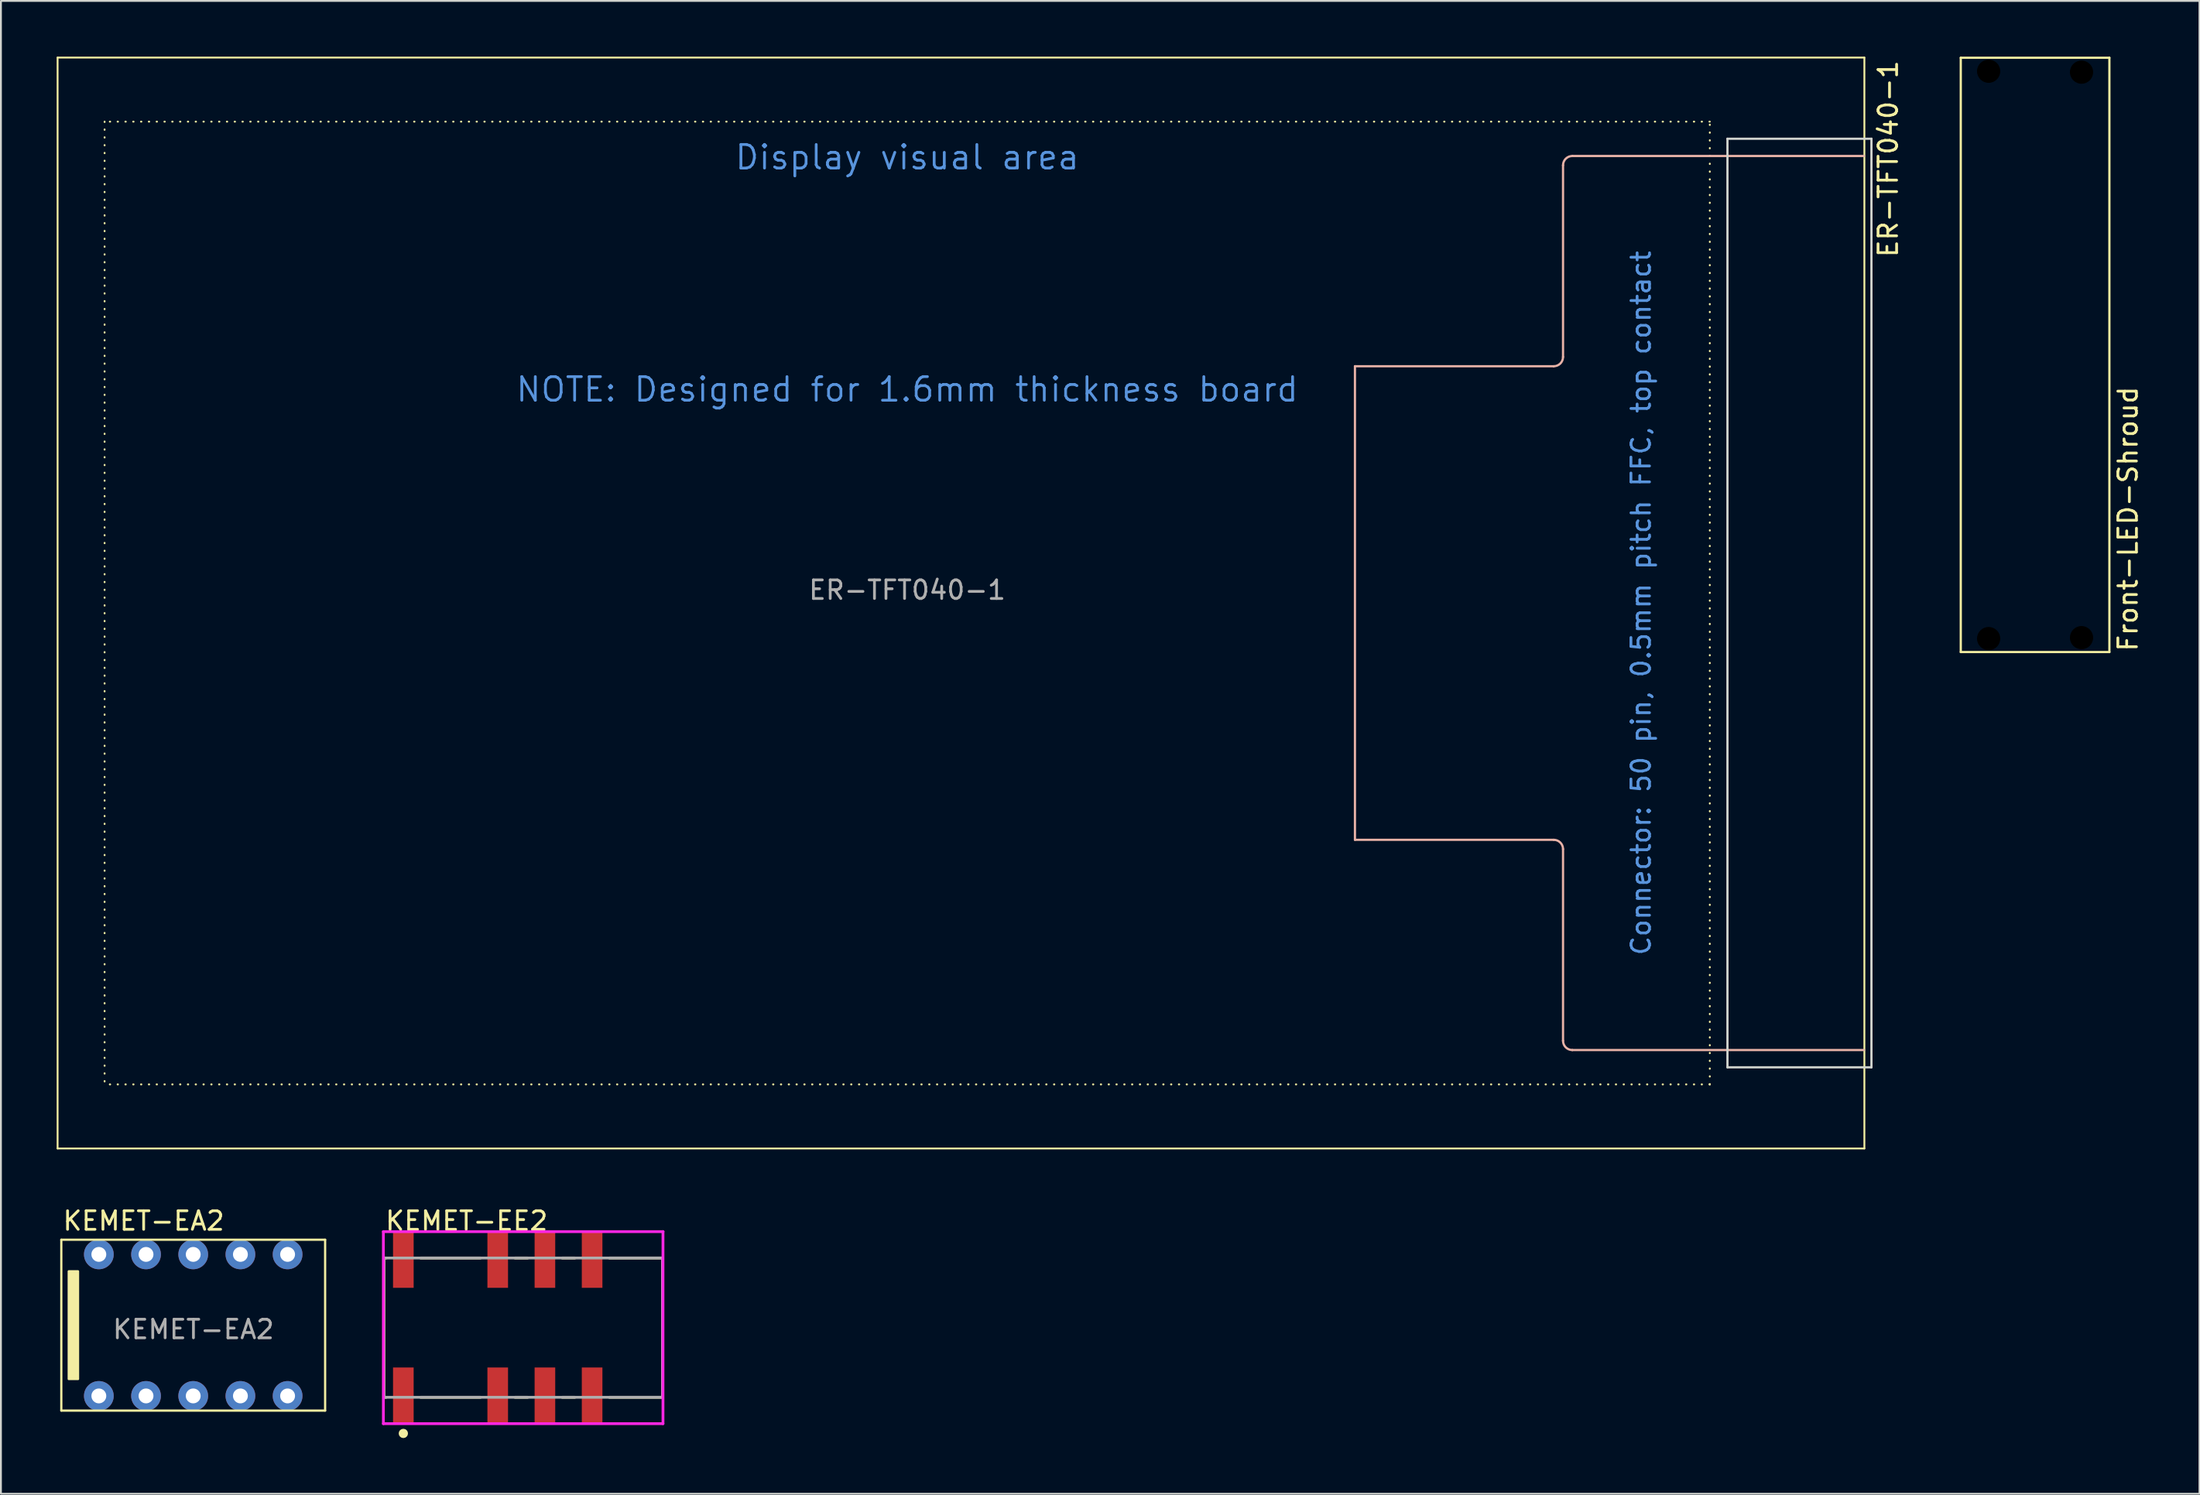
<source format=kicad_pcb>
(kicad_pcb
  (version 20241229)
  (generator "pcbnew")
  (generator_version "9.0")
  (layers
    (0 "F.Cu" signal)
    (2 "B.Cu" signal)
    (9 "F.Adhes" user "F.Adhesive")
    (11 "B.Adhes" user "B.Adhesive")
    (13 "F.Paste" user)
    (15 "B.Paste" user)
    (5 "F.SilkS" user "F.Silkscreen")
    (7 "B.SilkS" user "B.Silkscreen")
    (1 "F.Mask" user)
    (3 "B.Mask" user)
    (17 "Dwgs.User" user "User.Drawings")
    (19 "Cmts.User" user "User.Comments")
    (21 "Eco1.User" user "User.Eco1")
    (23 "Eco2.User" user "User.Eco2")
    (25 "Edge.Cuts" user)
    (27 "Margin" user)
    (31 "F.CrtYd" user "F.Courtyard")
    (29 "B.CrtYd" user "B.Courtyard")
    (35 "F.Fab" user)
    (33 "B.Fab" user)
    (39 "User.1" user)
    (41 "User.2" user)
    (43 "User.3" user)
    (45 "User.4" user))
  (footprint "Front-LED-Shroud"
    (layer "F.Cu")
    (at 106.488 16.06)
    (property "Reference" "Front-LED-Shroud" (at 5 16.05 90) (unlocked yes) (layer "F.SilkS") (effects (font (size 1 1) (thickness 0.15)) (justify left)))
    (attr board_only)
    (fp_line (start -4 -16) (end -4 16) (stroke (width 0.12) (type solid)) (layer "F.SilkS"))
    (fp_line (start -4 -16) (end 4 -16) (stroke (width 0.12) (type solid)) (layer "F.SilkS"))
    (fp_line (start -4 16) (end 4 16) (stroke (width 0.12) (type solid)) (layer "F.SilkS"))
    (fp_line (start 4 -16) (end 4 16) (stroke (width 0.12) (type solid)) (layer "F.SilkS"))
    (pad "" np_thru_hole circle (at -2.5 -15.275) (size 1.5 1.5) (drill 1.25) (layers "*.Mask"))
    (pad "" np_thru_hole circle (at -2.5 15.275) (size 1.5 1.5) (drill 1.25) (layers "*.Mask"))
    (pad "" np_thru_hole circle (at 2.5 -15.225) (size 1.5 1.5) (drill 1.25) (layers "*.Mask"))
    (pad "" np_thru_hole circle (at 2.5 15.225) (size 1.5 1.5) (drill 1.25) (layers "*.Mask")))
  (footprint "KEMET-EE2"
    (layer "F.Cu")
    (at 25.11 68.438)
    (property "Reference" "KEMET-EE2" (at -7.5 -5.75 0) (layer "F.SilkS") (effects (font (size 1 1) (thickness 0.15)) (justify left)))
    (attr through_hole)
    (fp_line (start -7.5 -3.75) (end -7.38 -3.75) (stroke (width 0.15) (type solid)) (layer "F.SilkS"))
    (fp_line (start -7.5 3.75) (end -7.5 -3.75) (stroke (width 0.15) (type solid)) (layer "F.SilkS"))
    (fp_line (start -7.5 3.75) (end -7.38 3.75) (stroke (width 0.15) (type solid)) (layer "F.SilkS"))
    (fp_line (start -5.52 -3.75) (end -2.3 -3.75) (stroke (width 0.15) (type solid)) (layer "F.SilkS"))
    (fp_line (start -5.52 3.75) (end -2.3 3.75) (stroke (width 0.15) (type solid)) (layer "F.SilkS"))
    (fp_line (start -0.44 -3.75) (end 0.24 -3.75) (stroke (width 0.15) (type solid)) (layer "F.SilkS"))
    (fp_line (start -0.44 3.75) (end 0.24 3.75) (stroke (width 0.15) (type solid)) (layer "F.SilkS"))
    (fp_line (start 2.1 -3.75) (end 2.78 -3.75) (stroke (width 0.15) (type solid)) (layer "F.SilkS"))
    (fp_line (start 2.1 3.75) (end 2.78 3.75) (stroke (width 0.15) (type solid)) (layer "F.SilkS"))
    (fp_line (start 4.64 -3.75) (end 7.5 -3.75) (stroke (width 0.15) (type solid)) (layer "F.SilkS"))
    (fp_line (start 4.64 3.75) (end 7.5 3.75) (stroke (width 0.15) (type solid)) (layer "F.SilkS"))
    (fp_line (start 7.5 3.75) (end 7.5 -3.75) (stroke (width 0.15) (type solid)) (layer "F.SilkS"))
    (fp_circle (center -6.45 5.695) (end -6.325 5.695) (stroke (width 0.25) (type solid)) (fill no) (layer "F.SilkS"))
    (fp_line (start -7.525 -5.17) (end -7.525 5.17) (stroke (width 0.15) (type solid)) (layer "F.CrtYd"))
    (fp_line (start -7.525 5.17) (end 7.525 5.17) (stroke (width 0.15) (type solid)) (layer "F.CrtYd"))
    (fp_line (start 7.525 -5.17) (end -7.525 -5.17) (stroke (width 0.15) (type solid)) (layer "F.CrtYd"))
    (fp_line (start 7.525 -5.17) (end 7.525 -5.17) (stroke (width 0.15) (type solid)) (layer "F.CrtYd"))
    (fp_line (start 7.525 5.17) (end 7.525 -5.17) (stroke (width 0.15) (type solid)) (layer "F.CrtYd"))
    (fp_line (start -7.5 -3.75) (end 7.5 -3.75) (stroke (width 0.15) (type solid)) (layer "F.Fab"))
    (fp_line (start -7.5 3.75) (end -7.5 -3.75) (stroke (width 0.15) (type solid)) (layer "F.Fab"))
    (fp_line (start 7.5 -3.75) (end 7.5 3.75) (stroke (width 0.15) (type solid)) (layer "F.Fab"))
    (fp_line (start 7.5 3.75) (end -7.5 3.75) (stroke (width 0.15) (type solid)) (layer "F.Fab"))
    (pad "1" smd rect (at -6.45 3.645) (size 1.11 3) (layers "F.Cu" "F.Mask" "F.Paste"))
    (pad "3" smd rect (at -1.37 3.645) (size 1.11 3) (layers "F.Cu" "F.Mask" "F.Paste"))
    (pad "4" smd rect (at 1.17 3.645) (size 1.11 3) (layers "F.Cu" "F.Mask" "F.Paste"))
    (pad "5" smd rect (at 3.71 3.645) (size 1.11 3) (layers "F.Cu" "F.Mask" "F.Paste"))
    (pad "8" smd rect (at 3.71 -3.645) (size 1.11 3) (layers "F.Cu" "F.Mask" "F.Paste"))
    (pad "9" smd rect (at 1.17 -3.645) (size 1.11 3) (layers "F.Cu" "F.Mask" "F.Paste"))
    (pad "10" smd rect (at -1.37 -3.645) (size 1.11 3) (layers "F.Cu" "F.Mask" "F.Paste"))
    (pad "12" smd rect (at -6.45 -3.645) (size 1.11 3) (layers "F.Cu" "F.Mask" "F.Paste")))
  (footprint "ER-TFT040-1"
    (layer "F.Cu")
    (at 45.78 29.42)
    (property "Reference" "ER-TFT040-1" (at 52.8 -29.3 90) (unlocked yes) (layer "F.SilkS") (effects (font (size 1 1) (thickness 0.15)) (justify right)))
    (attr smd)
    (fp_line (start -45.73 -29.37) (end -45.73 29.37) (stroke (width 0.1) (type solid)) (layer "F.SilkS"))
    (fp_line (start -45.73 -29.37) (end 51.52 -29.37) (stroke (width 0.1) (type solid)) (layer "F.SilkS"))
    (fp_line (start -45.73 29.37) (end 51.52 29.37) (stroke (width 0.1) (type solid)) (layer "F.SilkS"))
    (fp_line (start -43.2 -25.92) (end -43.2 25.92) (stroke (width 0.1) (type dot)) (layer "F.SilkS"))
    (fp_line (start 43.2 -25.92) (end -43.2 -25.92) (stroke (width 0.1) (type dot)) (layer "F.SilkS"))
    (fp_line (start 43.2 25.92) (end -43.2 25.92) (stroke (width 0.1) (type dot)) (layer "F.SilkS"))
    (fp_line (start 43.2 25.92) (end 43.2 -25.92) (stroke (width 0.1) (type dot)) (layer "F.SilkS"))
    (fp_line (start 51.52 -29.37) (end 51.52 29.37) (stroke (width 0.1) (type solid)) (layer "F.SilkS"))
    (fp_line (start 24.1 -12.75) (end 24.1 12.75) (stroke (width 0.12) (type default)) (layer "B.SilkS"))
    (fp_line (start 34.8 -12.75) (end 24.1 -12.75) (stroke (width 0.12) (type default)) (layer "B.SilkS"))
    (fp_line (start 34.8 12.75) (end 24.1 12.75) (stroke (width 0.12) (type default)) (layer "B.SilkS"))
    (fp_line (start 35.3 -13.25) (end 35.3 -23.57) (stroke (width 0.12) (type default)) (layer "B.SilkS"))
    (fp_line (start 35.3 23.57) (end 35.3 13.25) (stroke (width 0.12) (type default)) (layer "B.SilkS"))
    (fp_line (start 35.8 -24.07) (end 51.5 -24.07) (stroke (width 0.12) (type default)) (layer "B.SilkS"))
    (fp_line (start 35.8 24.07) (end 51.5 24.07) (stroke (width 0.12) (type default)) (layer "B.SilkS"))
    (fp_arc (start 34.8 12.75) (mid 35.153553 12.896447) (end 35.3 13.25) (stroke (width 0.12) (type default)) (layer "B.SilkS"))
    (fp_arc (start 35.3 -23.57) (mid 35.446447 -23.923553) (end 35.8 -24.07) (stroke (width 0.12) (type default)) (layer "B.SilkS"))
    (fp_arc (start 35.3 -13.25) (mid 35.153553 -12.896447) (end 34.8 -12.75) (stroke (width 0.12) (type default)) (layer "B.SilkS"))
    (fp_arc (start 35.8 24.07) (mid 35.446447 23.923553) (end 35.3 23.57) (stroke (width 0.12) (type default)) (layer "B.SilkS"))
    (fp_line (start 44.15 -25) (end 51.9 -25) (stroke (width 0.12) (type default)) (layer "Edge.Cuts"))
    (fp_line (start 44.15 25) (end 44.15 -25) (stroke (width 0.12) (type default)) (layer "Edge.Cuts"))
    (fp_line (start 44.15 25) (end 51.9 25) (stroke (width 0.12) (type default)) (layer "Edge.Cuts"))
    (fp_line (start 51.9 25) (end 51.9 -25) (stroke (width 0.12) (type default)) (layer "Edge.Cuts"))
    (fp_text user "Connector: 50 pin, 0.5mm pitch FFC, top contact" (at 39.5 0 90) (unlocked yes) (layer "Cmts.User") (effects (font (size 1 1) (thickness 0.15))))
    (fp_text user "NOTE: Designed for 1.6mm thickness board" (at 0 -11.5 0) (unlocked yes) (layer "Cmts.User") (effects (font (size 1.27 1.27) (thickness 0.15))))
    (fp_text user "Display visual area" (at 0 -24 0) (unlocked yes) (layer "Cmts.User") (effects (font (size 1.27 1.27) (thickness 0.15))))
    (fp_text user "${REFERENCE}" (at 0 -0.7 0) (unlocked yes) (layer "F.Fab") (effects (font (size 1 1) (thickness 0.15)))))
  (footprint "KEMET-EA2"
    (layer "F.Cu")
    (at 0.25 72.848)
    (property "Reference" "KEMET-EA2" (at 0 -10.16 0) (unlocked yes) (layer "F.SilkS") (effects (font (size 1 1) (thickness 0.15)) (justify left)))
    (attr through_hole)
    (fp_line (start 0 -9.144) (end 0 0.056) (stroke (width 0.12) (type solid)) (layer "F.SilkS"))
    (fp_line (start 0 -9.144) (end 14.2 -9.144) (stroke (width 0.12) (type solid)) (layer "F.SilkS"))
    (fp_line (start 0 0.056) (end 14.2 0.056) (stroke (width 0.12) (type solid)) (layer "F.SilkS"))
    (fp_line (start 14.2 -9.144) (end 14.2 0.056) (stroke (width 0.12) (type solid)) (layer "F.SilkS"))
    (fp_rect (start 0.4 -7.444) (end 0.9 -1.644) (stroke (width 0.12) (type solid)) (fill yes) (layer "F.SilkS"))
    (fp_text user "${REFERENCE}" (at 7.112 -4.318 0) (unlocked yes) (layer "F.Fab") (effects (font (size 1 1) (thickness 0.15))))
    (pad "1" thru_hole circle (at 2.02 -8.354) (size 1.6 1.6) (drill 0.8) (layers "*.Cu" "*.Mask"))
    (pad "2" thru_hole circle (at 4.56 -8.354) (size 1.6 1.6) (drill 0.8) (layers "*.Cu" "*.Mask"))
    (pad "3" thru_hole circle (at 7.1 -8.354) (size 1.6 1.6) (drill 0.8) (layers "*.Cu" "*.Mask"))
    (pad "4" thru_hole circle (at 9.64 -8.354) (size 1.6 1.6) (drill 0.8) (layers "*.Cu" "*.Mask"))
    (pad "5" thru_hole circle (at 12.18 -8.354) (size 1.6 1.6) (drill 0.8) (layers "*.Cu" "*.Mask"))
    (pad "6" thru_hole circle (at 2.02 -0.734) (size 1.6 1.6) (drill 0.8) (layers "*.Cu" "*.Mask"))
    (pad "7" thru_hole circle (at 4.56 -0.734) (size 1.6 1.6) (drill 0.8) (layers "*.Cu" "*.Mask"))
    (pad "8" thru_hole circle (at 7.1 -0.734) (size 1.6 1.6) (drill 0.8) (layers "*.Cu" "*.Mask"))
    (pad "9" thru_hole circle (at 9.64 -0.734) (size 1.6 1.6) (drill 0.8) (layers "*.Cu" "*.Mask"))
    (pad "10" thru_hole circle (at 12.18 -0.734) (size 1.6 1.6) (drill 0.8) (layers "*.Cu" "*.Mask")))
  (gr_rect
    (start -3 -3)
    (end 115.337 77.383)
    (stroke (width 0.1) (type default))
    (fill no)
    (layer "Edge.Cuts")))
</source>
